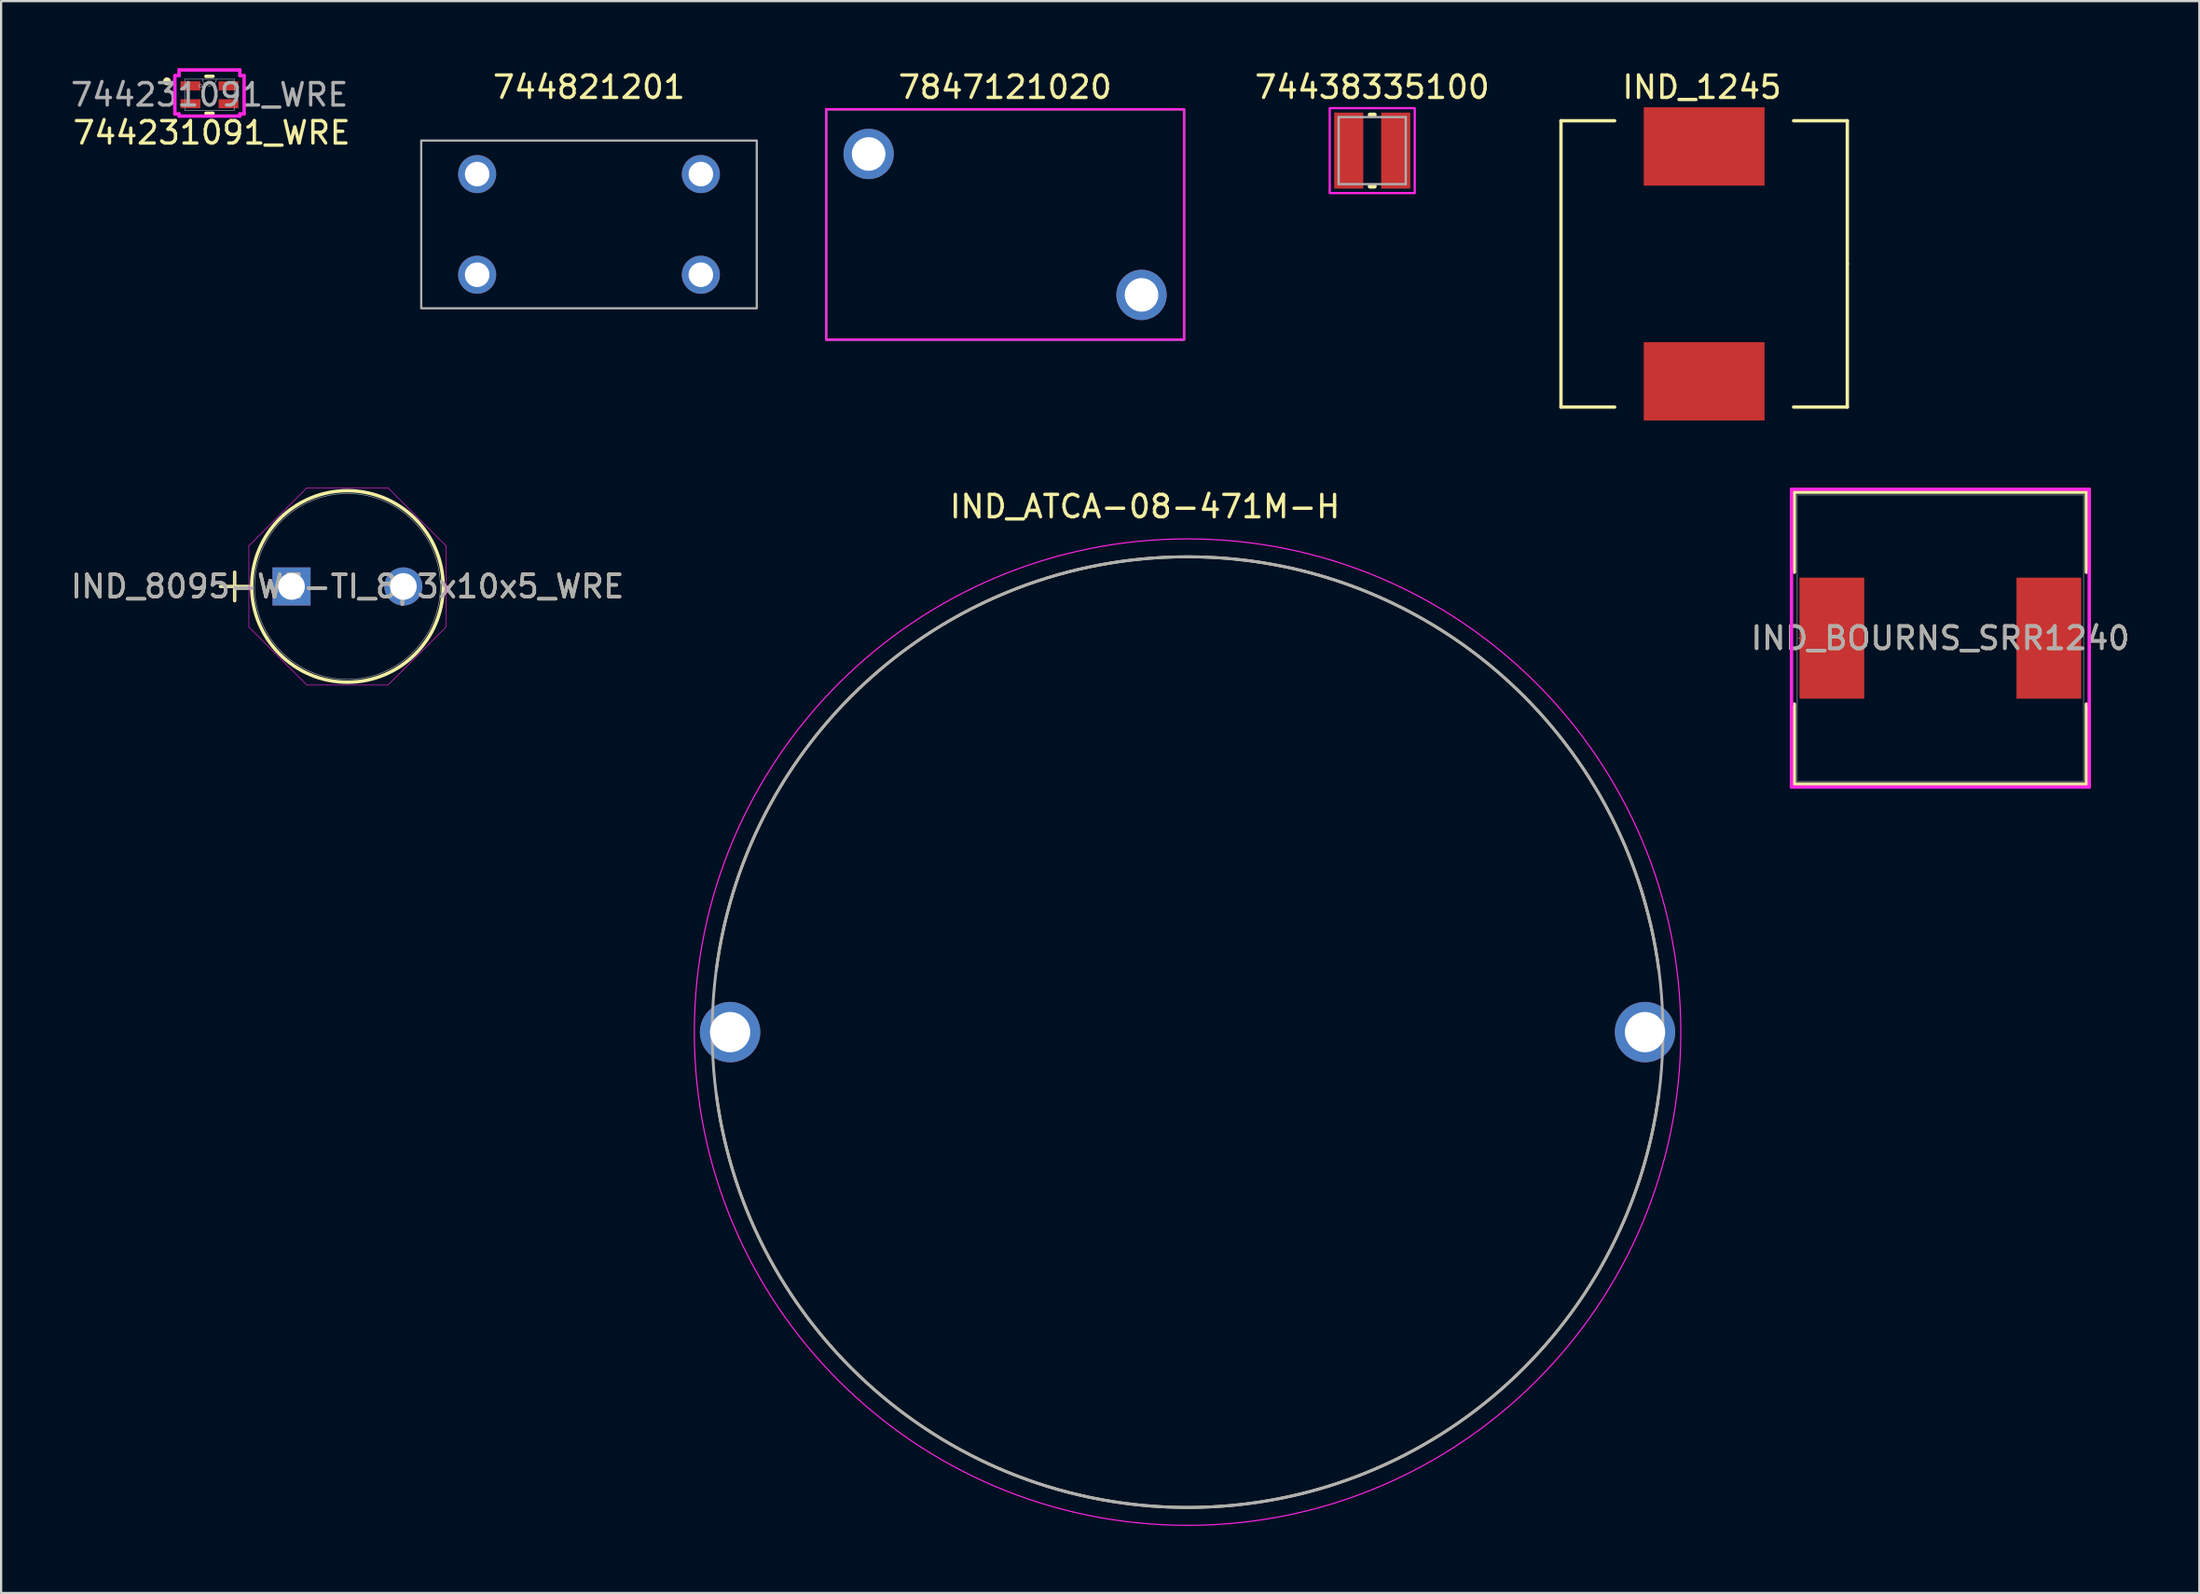
<source format=kicad_pcb>
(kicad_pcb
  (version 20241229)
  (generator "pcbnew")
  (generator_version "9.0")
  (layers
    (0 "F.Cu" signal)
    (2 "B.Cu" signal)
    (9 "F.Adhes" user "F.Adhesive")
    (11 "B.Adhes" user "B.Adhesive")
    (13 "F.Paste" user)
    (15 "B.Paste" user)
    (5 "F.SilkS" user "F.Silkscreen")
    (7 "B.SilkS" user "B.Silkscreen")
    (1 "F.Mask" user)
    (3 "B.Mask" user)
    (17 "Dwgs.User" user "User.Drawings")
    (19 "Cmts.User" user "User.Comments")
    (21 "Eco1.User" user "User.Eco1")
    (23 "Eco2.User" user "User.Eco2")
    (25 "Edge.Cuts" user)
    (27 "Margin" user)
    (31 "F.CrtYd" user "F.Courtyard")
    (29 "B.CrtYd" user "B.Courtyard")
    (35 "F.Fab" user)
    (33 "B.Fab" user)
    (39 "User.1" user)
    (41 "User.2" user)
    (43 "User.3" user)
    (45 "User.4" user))
  (footprint "7847121020"
    (layer "F.Cu")
    (at 41.881 6.983)
    (property "Reference" "7847121020" (at 0 -6.135 0) (layer "F.SilkS") (effects (font (size 1 1) (thickness 0.15))))
    (attr through_hole)
    (fp_rect (start -8 -5.15) (end 8 5.15) (stroke (width 0.1) (type default)) (fill no) (layer "F.CrtYd"))
    (fp_rect (start -8 -5.15) (end 8 5.15) (stroke (width 0.1) (type default)) (fill no) (layer "F.Fab"))
    (pad "1" thru_hole circle (at -6.1 -3.15) (size 2.25 2.25) (drill 1.5) (layers "*.Cu" "*.Mask"))
    (pad "2" thru_hole circle (at 6.1 3.15) (size 2.25 2.25) (drill 1.5) (layers "*.Cu" "*.Mask")))
  (footprint "74438335100"
    (layer "F.Cu")
    (at 58.294 3.683)
    (property "Reference" "74438335100" (at 0 -2.835 0) (layer "F.SilkS") (effects (font (size 1 1) (thickness 0.15))))
    (attr smd)
    (fp_line (start -0.1 -1.6) (end 0.1 -1.6) (stroke (width 0.2) (type solid)) (layer "F.SilkS"))
    (fp_line (start -0.1 1.6) (end 0.1 1.6) (stroke (width 0.2) (type solid)) (layer "F.SilkS"))
    (fp_poly (pts (xy -1.9 -1.9) (xy 1.9 -1.9) (xy 1.9 1.9) (xy -1.9 1.9)) (stroke (width 0.1) (type solid)) (fill no) (layer "F.CrtYd"))
    (fp_line (start -1.5 -1.5) (end 1.5 -1.5) (stroke (width 0.1) (type solid)) (layer "F.Fab"))
    (fp_line (start -1.5 1.5) (end -1.5 -1.5) (stroke (width 0.1) (type solid)) (layer "F.Fab"))
    (fp_line (start 1.5 -1.5) (end 1.5 1.5) (stroke (width 0.1) (type solid)) (layer "F.Fab"))
    (fp_line (start 1.5 1.5) (end -1.5 1.5) (stroke (width 0.1) (type solid)) (layer "F.Fab"))
    (pad "1" smd rect (at -1.05 0) (size 1.3 3.4) (layers "F.Cu" "F.Mask" "F.Paste"))
    (pad "2" smd rect (at 1.05 0) (size 1.3 3.4) (layers "F.Cu" "F.Mask" "F.Paste"))
    (zone (net_name "") (layer "F.Cu") (hatch full 0.508) (connect_pads) (min_thickness 0.01) (filled_areas_thickness no) (keepout (tracks not_allowed) (vias not_allowed) (pads not_allowed) (copperpour not_allowed) (footprints allowed)) (placement (enabled no)) (fill) (polygon (pts (xy 57.894 1.983) (xy 58.694 1.983) (xy 58.694 5.383) (xy 57.894 5.383))))
    (zone (net_name "") (layers "F.Cu" "B.Cu") (hatch full 0.508) (connect_pads) (min_thickness 0.01) (filled_areas_thickness no) (keepout (tracks allowed) (vias not_allowed) (pads allowed) (copperpour allowed) (footprints allowed)) (placement (enabled no)) (fill) (polygon (pts (xy 57.894 1.983) (xy 58.694 1.983) (xy 58.694 5.383) (xy 57.894 5.383)))))
  (footprint "744821201"
    (layer "F.Cu")
    (at 23.281 6.983)
    (property "Reference" "744821201" (at 0 -6.135 0) (layer "F.SilkS") (effects (font (size 1 1) (thickness 0.15))))
    (attr through_hole)
    (fp_rect (start -7.5 -3.75) (end 7.5 3.75) (stroke (width 0.1) (type default)) (fill no) (layer "F.Fab"))
    (pad "1" thru_hole circle (at -5 2.25) (size 1.7 1.7) (drill 1.1) (layers "*.Cu" "*.Mask"))
    (pad "2" thru_hole circle (at 5 2.25) (size 1.7 1.7) (drill 1.1) (layers "*.Cu" "*.Mask"))
    (pad "3" thru_hole circle (at 5 -2.25) (size 1.7 1.7) (drill 1.1) (layers "*.Cu" "*.Mask"))
    (pad "4" thru_hole circle (at -5 -2.25) (size 1.7 1.7) (drill 1.1) (layers "*.Cu" "*.Mask")))
  (footprint "IND_1245"
    (layer "F.Cu")
    (at 73.132 8.748)
    (property "Reference" "IND_1245" (at -0.1 -7.9 0) (layer "F.SilkS") (effects (font (size 1 1) (thickness 0.15))))
    (attr through_hole)
    (fp_line (start -6.4 -6.4) (end -6.4 6.4) (stroke (width 0.15) (type solid)) (layer "F.SilkS"))
    (fp_line (start -6.4 -6.4) (end -4 -6.4) (stroke (width 0.15) (type solid)) (layer "F.SilkS"))
    (fp_line (start -6.4 6.4) (end -4 6.4) (stroke (width 0.15) (type solid)) (layer "F.SilkS"))
    (fp_line (start 6.4 -6.4) (end 4 -6.4) (stroke (width 0.15) (type solid)) (layer "F.SilkS"))
    (fp_line (start 6.4 0) (end 6.4 -6.4) (stroke (width 0.15) (type solid)) (layer "F.SilkS"))
    (fp_line (start 6.4 6.4) (end 4 6.4) (stroke (width 0.15) (type solid)) (layer "F.SilkS"))
    (fp_line (start 6.4 6.4) (end 6.4 0) (stroke (width 0.15) (type solid)) (layer "F.SilkS"))
    (pad "1" smd rect (at 0 -5.25) (size 5.4 3.5) (layers "F.Cu" "F.Mask" "F.Paste"))
    (pad "2" smd rect (at 0 5.25) (size 5.4 3.5) (layers "F.Cu" "F.Mask" "F.Paste")))
  (footprint "IND_ATCA-08-471M-H"
    (layer "F.Cu")
    (at 50.039 43.092)
    (property "Reference" "IND_ATCA-08-471M-H" (at -1.905 -23.495 0) (layer "F.SilkS") (effects (font (size 1 1) (thickness 0.15))))
    (attr through_hole)
    (fp_arc (start -21.0682 -2.77368) (mid 0 -21.249996) (end 21.0682 -2.77368) (stroke (width 0.127) (type solid)) (layer "F.SilkS"))
    (fp_arc (start 21.0682 2.77368) (mid 0 21.249996) (end -21.0682 2.77368) (stroke (width 0.127) (type solid)) (layer "F.SilkS"))
    (fp_circle (center 0 0) (end 22.05 0) (stroke (width 0.05) (type solid)) (fill no) (layer "F.CrtYd"))
    (fp_circle (center 0 0) (end 21.25 0) (stroke (width 0.127) (type solid)) (fill no) (layer "F.Fab"))
    (pad "1" thru_hole circle (at -20.45 0) (size 2.7 2.7) (drill 1.8) (layers "*.Cu" "*.Mask"))
    (pad "2" thru_hole circle (at 20.45 0) (size 2.7 2.7) (drill 1.8) (layers "*.Cu" "*.Mask")))
  (footprint "IND_8095-WE-TI_8p3x10x5_WRE"
    (layer "F.Cu")
    (at 9.982 23.168)
    (property "Reference" "IND_8095-WE-TI_8p3x10x5_WRE" (at 2.5 0 0) (unlocked yes) (layer "F.SilkS") (effects (font (size 1 1) (thickness 0.15))))
    (attr through_hole)
    (fp_line (start -3.177 0) (end -1.907 0) (stroke (width 0.152) (type solid)) (layer "F.SilkS"))
    (fp_line (start -2.542 -0.635) (end -2.542 0.635) (stroke (width 0.152) (type solid)) (layer "F.SilkS"))
    (fp_circle (center 2.5 0) (end 6.78 0) (stroke (width 0.152) (type solid)) (fill no) (layer "F.SilkS"))
    (fp_line (start -1.907 -1.815) (end 0.685 -4.407) (stroke (width 0.025) (type solid)) (layer "F.CrtYd"))
    (fp_line (start -1.907 1.815) (end -1.907 -1.815) (stroke (width 0.025) (type solid)) (layer "F.CrtYd"))
    (fp_line (start 0.685 -4.407) (end 4.315 -4.407) (stroke (width 0.025) (type solid)) (layer "F.CrtYd"))
    (fp_line (start 0.685 4.407) (end -1.907 1.815) (stroke (width 0.025) (type solid)) (layer "F.CrtYd"))
    (fp_line (start 4.315 -4.407) (end 6.907 -1.815) (stroke (width 0.025) (type solid)) (layer "F.CrtYd"))
    (fp_line (start 4.315 4.407) (end 0.685 4.407) (stroke (width 0.025) (type solid)) (layer "F.CrtYd"))
    (fp_line (start 6.907 -1.815) (end 6.907 1.815) (stroke (width 0.025) (type solid)) (layer "F.CrtYd"))
    (fp_line (start 6.907 1.815) (end 4.315 4.407) (stroke (width 0.025) (type solid)) (layer "F.CrtYd"))
    (fp_line (start -3.177 0) (end -1.907 0) (stroke (width 0.025) (type solid)) (layer "F.Fab"))
    (fp_line (start -2.542 -0.635) (end -2.542 0.635) (stroke (width 0.025) (type solid)) (layer "F.Fab"))
    (fp_circle (center 2.5 0) (end 6.653 0) (stroke (width 0.025) (type solid)) (fill no) (layer "F.Fab"))
    (fp_text user "${REFERENCE}" (at 2.5 0 0) (unlocked yes) (layer "F.Fab") (effects (font (size 1 1) (thickness 0.15))))
    (pad "1" thru_hole rect (at 0 0) (size 1.702 1.702) (drill 1.194) (layers "*.Cu" "*.Mask"))
    (pad "2" thru_hole circle (at 5 0) (size 1.702 1.702) (drill 1.194) (layers "*.Cu" "*.Mask")))
  (footprint "IND_BOURNS_SRR1240"
    (layer "F.Cu")
    (at 83.692 25.479)
    (property "Reference" "IND_BOURNS_SRR1240" (at 0 0 0) (unlocked yes) (layer "F.SilkS") (effects (font (size 1 1) (thickness 0.15))))
    (attr smd)
    (fp_line (start -6.528 -6.528) (end -6.528 -2.947) (stroke (width 0.152) (type solid)) (layer "F.SilkS"))
    (fp_line (start -6.528 2.947) (end -6.528 6.528) (stroke (width 0.152) (type solid)) (layer "F.SilkS"))
    (fp_line (start -6.528 6.528) (end 6.528 6.528) (stroke (width 0.152) (type solid)) (layer "F.SilkS"))
    (fp_line (start 6.528 -6.528) (end -6.528 -6.528) (stroke (width 0.152) (type solid)) (layer "F.SilkS"))
    (fp_line (start 6.528 -2.947) (end 6.528 -6.528) (stroke (width 0.152) (type solid)) (layer "F.SilkS"))
    (fp_line (start 6.528 6.528) (end 6.528 2.947) (stroke (width 0.152) (type solid)) (layer "F.SilkS"))
    (fp_line (start -6.655 -6.655) (end 6.655 -6.655) (stroke (width 0.152) (type solid)) (layer "F.CrtYd"))
    (fp_line (start -6.655 -2.959) (end -6.655 -6.655) (stroke (width 0.152) (type solid)) (layer "F.CrtYd"))
    (fp_line (start -6.655 -2.959) (end -6.655 -2.959) (stroke (width 0.152) (type solid)) (layer "F.CrtYd"))
    (fp_line (start -6.655 2.959) (end -6.655 -2.959) (stroke (width 0.152) (type solid)) (layer "F.CrtYd"))
    (fp_line (start -6.655 2.959) (end -6.655 2.959) (stroke (width 0.152) (type solid)) (layer "F.CrtYd"))
    (fp_line (start -6.655 6.655) (end -6.655 2.959) (stroke (width 0.152) (type solid)) (layer "F.CrtYd"))
    (fp_line (start 6.655 -6.655) (end 6.655 -2.959) (stroke (width 0.152) (type solid)) (layer "F.CrtYd"))
    (fp_line (start 6.655 -2.959) (end 6.655 -2.959) (stroke (width 0.152) (type solid)) (layer "F.CrtYd"))
    (fp_line (start 6.655 -2.959) (end 6.655 2.959) (stroke (width 0.152) (type solid)) (layer "F.CrtYd"))
    (fp_line (start 6.655 2.959) (end 6.655 2.959) (stroke (width 0.152) (type solid)) (layer "F.CrtYd"))
    (fp_line (start 6.655 2.959) (end 6.655 6.655) (stroke (width 0.152) (type solid)) (layer "F.CrtYd"))
    (fp_line (start 6.655 6.655) (end -6.655 6.655) (stroke (width 0.152) (type solid)) (layer "F.CrtYd"))
    (fp_line (start -6.401 -6.401) (end -6.401 6.401) (stroke (width 0.025) (type solid)) (layer "F.Fab"))
    (fp_line (start -6.401 6.401) (end 6.401 6.401) (stroke (width 0.025) (type solid)) (layer "F.Fab"))
    (fp_line (start 6.401 -6.401) (end -6.401 -6.401) (stroke (width 0.025) (type solid)) (layer "F.Fab"))
    (fp_line (start 6.401 6.401) (end 6.401 -6.401) (stroke (width 0.025) (type solid)) (layer "F.Fab"))
    (fp_circle (center -6.325 0) (end -6.325 0) (stroke (width 0.025) (type solid)) (fill no) (layer "F.Fab"))
    (fp_text user "${REFERENCE}" (at 0 0 0) (unlocked yes) (layer "F.Fab") (effects (font (size 1 1) (thickness 0.15))))
    (pad "1" smd rect (at -4.851 0) (size 2.896 5.41) (layers "F.Cu" "F.Mask" "F.Paste"))
    (pad "2" smd rect (at 4.851 0) (size 2.896 5.41) (layers "F.Cu" "F.Mask" "F.Paste"))
    (zone (net_name "") (layer "F.Cu") (hatch full 0.508) (connect_pads) (min_thickness 0.254) (filled_areas_thickness no) (keepout (tracks not_allowed) (vias not_allowed) (pads allowed) (copperpour not_allowed) (footprints allowed)) (placement (enabled no)) (fill) (polygon (pts (xy 80.339 19.129) (xy 87.044 19.129) (xy 87.044 31.829) (xy 80.339 31.829)))))
  (footprint "744231091_WRE"
    (layer "F.Cu")
    (at 6.315 1.187)
    (property "Reference" "744231091_WRE" (at 0.1 1.7 0) (unlocked yes) (layer "F.SilkS") (effects (font (size 1 1) (thickness 0.15))))
    (attr smd)
    (fp_line (start -0.158 0.826) (end 0.158 0.826) (stroke (width 0.152) (type solid)) (layer "F.SilkS"))
    (fp_line (start 0.158 -0.826) (end -0.158 -0.826) (stroke (width 0.152) (type solid)) (layer "F.SilkS"))
    (fp_circle (center -1.9 -0.6) (end -1.8 -0.6) (stroke (width 0.152) (type solid)) (fill yes) (layer "F.SilkS"))
    (fp_line (start -1.548 -0.857) (end -1.359 -0.857) (stroke (width 0.152) (type solid)) (layer "F.CrtYd"))
    (fp_line (start -1.548 0.857) (end -1.548 -0.857) (stroke (width 0.152) (type solid)) (layer "F.CrtYd"))
    (fp_line (start -1.548 0.857) (end -1.359 0.857) (stroke (width 0.152) (type solid)) (layer "F.CrtYd"))
    (fp_line (start -1.359 -1.111) (end 1.359 -1.111) (stroke (width 0.152) (type solid)) (layer "F.CrtYd"))
    (fp_line (start -1.359 -0.857) (end -1.359 -1.111) (stroke (width 0.152) (type solid)) (layer "F.CrtYd"))
    (fp_line (start -1.359 0.953) (end -1.359 0.857) (stroke (width 0.152) (type solid)) (layer "F.CrtYd"))
    (fp_line (start 1.359 -1.111) (end 1.359 -0.857) (stroke (width 0.152) (type solid)) (layer "F.CrtYd"))
    (fp_line (start 1.359 0.857) (end 1.359 0.953) (stroke (width 0.152) (type solid)) (layer "F.CrtYd"))
    (fp_line (start 1.359 0.953) (end -1.359 0.953) (stroke (width 0.152) (type solid)) (layer "F.CrtYd"))
    (fp_line (start 1.548 -0.857) (end 1.359 -0.857) (stroke (width 0.152) (type solid)) (layer "F.CrtYd"))
    (fp_line (start 1.548 -0.857) (end 1.548 0.857) (stroke (width 0.152) (type solid)) (layer "F.CrtYd"))
    (fp_line (start 1.548 0.857) (end 1.359 0.857) (stroke (width 0.152) (type solid)) (layer "F.CrtYd"))
    (fp_line (start -1.105 -0.699) (end -1.105 0.699) (stroke (width 0.025) (type solid)) (layer "F.Fab"))
    (fp_line (start -1.105 0.699) (end 1.105 0.699) (stroke (width 0.025) (type solid)) (layer "F.Fab"))
    (fp_line (start 1.105 -0.699) (end -1.105 -0.699) (stroke (width 0.025) (type solid)) (layer "F.Fab"))
    (fp_line (start 1.105 0.699) (end 1.105 -0.699) (stroke (width 0.025) (type solid)) (layer "F.Fab"))
    (fp_arc (start 0.3048 -0.6985) (mid 0 -0.3937) (end -0.3048 -0.6985) (stroke (width 0.0254) (type solid)) (layer "F.Fab"))
    (fp_circle (center -0.406 -0.4) (end -0.329 -0.4) (stroke (width 0.025) (type solid)) (fill no) (layer "F.Fab"))
    (fp_text user "${REFERENCE}" (at 0 0 0) (unlocked yes) (layer "F.Fab") (effects (font (size 1 1) (thickness 0.15))))
    (pad "1" smd rect (at -0.85 -0.4) (size 0.889 0.406) (layers "F.Cu" "F.Mask" "F.Paste"))
    (pad "2" smd rect (at 0.85 -0.4) (size 0.889 0.406) (layers "F.Cu" "F.Mask" "F.Paste"))
    (pad "3" smd rect (at -0.85 0.4) (size 0.889 0.406) (layers "F.Cu" "F.Mask" "F.Paste"))
    (pad "4" smd rect (at 0.85 0.4) (size 0.889 0.406) (layers "F.Cu" "F.Mask" "F.Paste")))
  (gr_rect
    (start -3 -3)
    (end 95.269 68.166)
    (stroke (width 0.1) (type default))
    (fill no)
    (layer "Edge.Cuts")))
</source>
